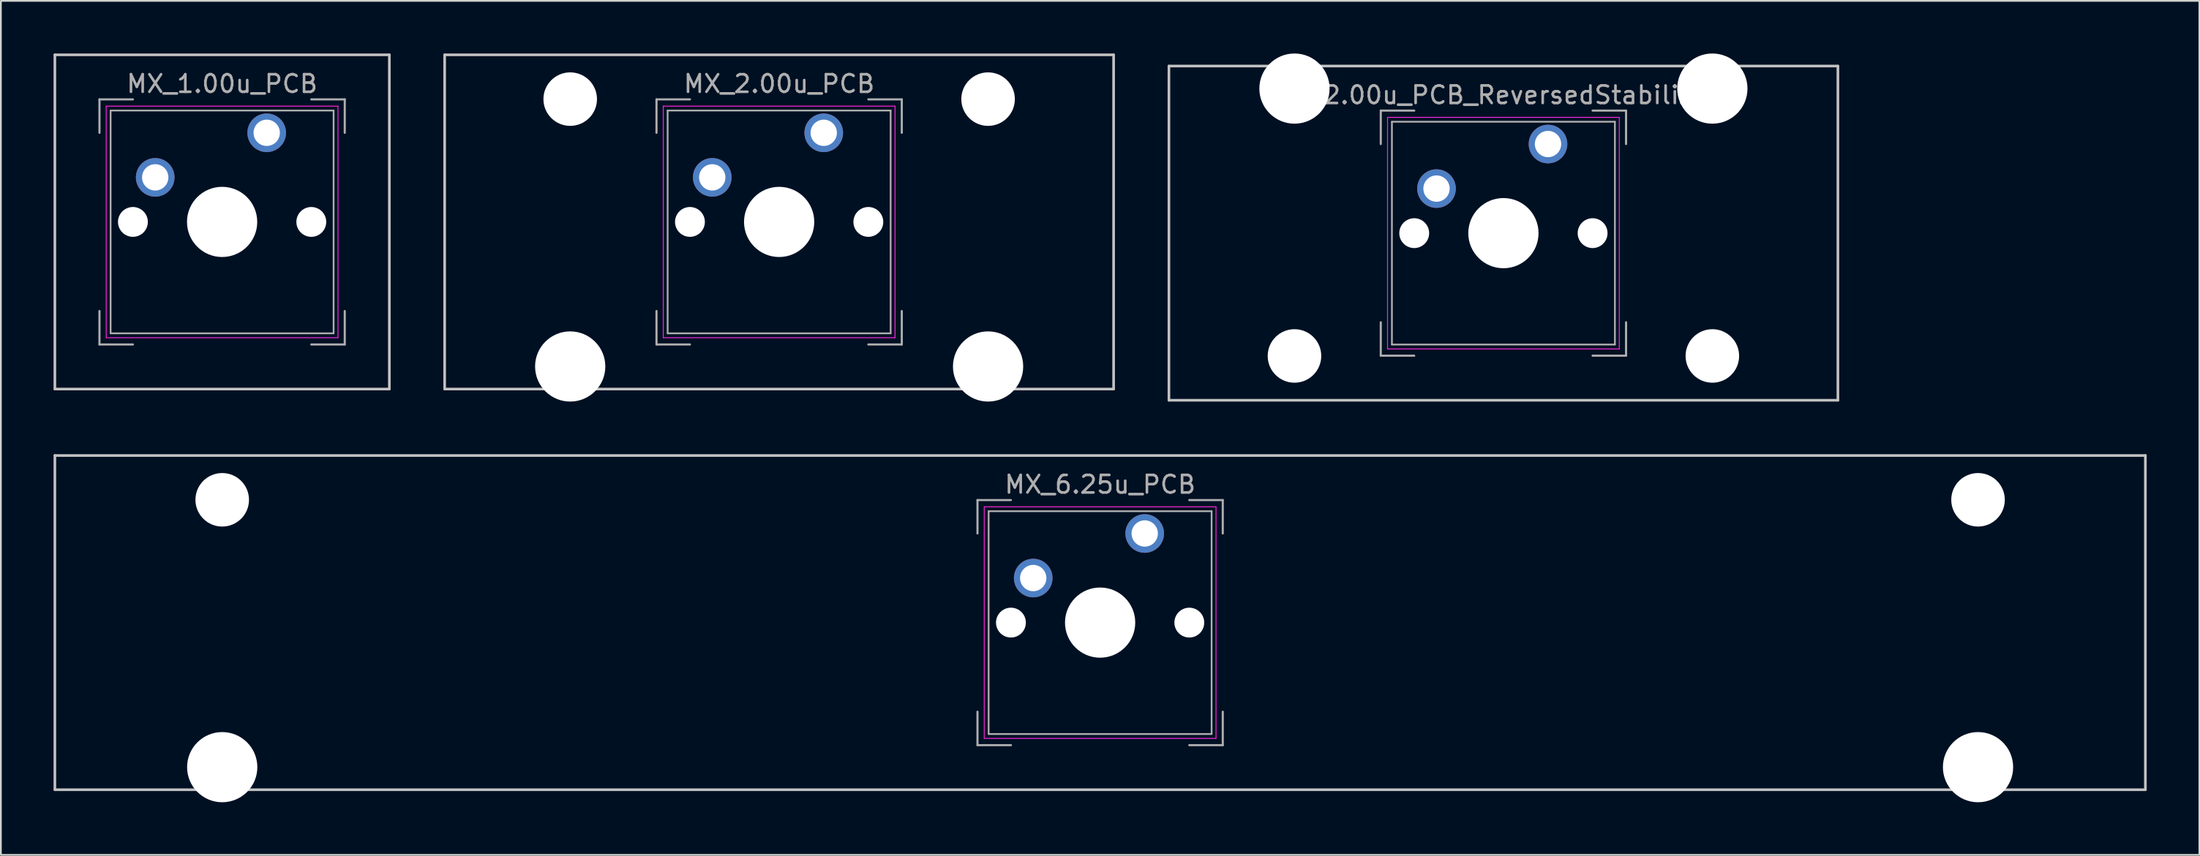
<source format=kicad_pcb>
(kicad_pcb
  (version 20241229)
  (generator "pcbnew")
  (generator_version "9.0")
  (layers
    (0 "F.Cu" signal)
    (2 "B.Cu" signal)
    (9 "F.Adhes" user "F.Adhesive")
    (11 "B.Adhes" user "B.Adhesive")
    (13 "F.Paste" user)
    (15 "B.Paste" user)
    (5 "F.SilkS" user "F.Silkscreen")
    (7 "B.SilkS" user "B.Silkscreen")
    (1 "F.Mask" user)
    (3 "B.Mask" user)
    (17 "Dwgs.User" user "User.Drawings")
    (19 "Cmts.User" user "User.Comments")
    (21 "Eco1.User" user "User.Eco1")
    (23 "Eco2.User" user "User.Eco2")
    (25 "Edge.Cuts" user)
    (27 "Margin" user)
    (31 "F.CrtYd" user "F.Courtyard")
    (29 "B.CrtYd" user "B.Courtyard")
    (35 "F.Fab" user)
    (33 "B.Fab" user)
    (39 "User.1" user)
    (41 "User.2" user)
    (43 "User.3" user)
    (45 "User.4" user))
  (footprint "MX_1.00u_PCB"
    (layer "F.Cu")
    (at 9.6 9.6)
    (property "Reference" "MX_1.00u_PCB" (at 0 -7.874 0) (layer "F.Fab") (effects (font (size 1 1) (thickness 0.15))))
    (attr through_hole)
    (fp_line (start -9.525 -9.525) (end 9.525 -9.525) (stroke (width 0.15) (type solid)) (layer "Dwgs.User"))
    (fp_line (start -9.525 9.525) (end -9.525 -9.525) (stroke (width 0.15) (type solid)) (layer "Dwgs.User"))
    (fp_line (start 9.525 -9.525) (end 9.525 9.525) (stroke (width 0.15) (type solid)) (layer "Dwgs.User"))
    (fp_line (start 9.525 9.525) (end -9.525 9.525) (stroke (width 0.15) (type solid)) (layer "Dwgs.User"))
    (fp_line (start -6.6 -6.6) (end 6.6 -6.6) (stroke (width 0.05) (type solid)) (layer "F.CrtYd"))
    (fp_line (start -6.6 6.6) (end -6.6 -6.6) (stroke (width 0.05) (type solid)) (layer "F.CrtYd"))
    (fp_line (start 6.6 -6.6) (end 6.6 6.6) (stroke (width 0.05) (type solid)) (layer "F.CrtYd"))
    (fp_line (start 6.6 6.6) (end -6.6 6.6) (stroke (width 0.05) (type solid)) (layer "F.CrtYd"))
    (fp_line (start -6.985 -6.985) (end -5.08 -6.985) (stroke (width 0.12) (type solid)) (layer "F.Fab"))
    (fp_line (start -6.985 -5.08) (end -6.985 -6.985) (stroke (width 0.12) (type solid)) (layer "F.Fab"))
    (fp_line (start -6.985 6.985) (end -6.985 5.08) (stroke (width 0.12) (type solid)) (layer "F.Fab"))
    (fp_line (start -6.35 -6.35) (end 6.35 -6.35) (stroke (width 0.1) (type solid)) (layer "F.Fab"))
    (fp_line (start -6.35 6.35) (end -6.35 -6.35) (stroke (width 0.1) (type solid)) (layer "F.Fab"))
    (fp_line (start -5.08 6.985) (end -6.985 6.985) (stroke (width 0.12) (type solid)) (layer "F.Fab"))
    (fp_line (start 5.08 -6.985) (end 6.985 -6.985) (stroke (width 0.12) (type solid)) (layer "F.Fab"))
    (fp_line (start 6.35 -6.35) (end 6.35 6.35) (stroke (width 0.1) (type solid)) (layer "F.Fab"))
    (fp_line (start 6.35 6.35) (end -6.35 6.35) (stroke (width 0.1) (type solid)) (layer "F.Fab"))
    (fp_line (start 6.985 -6.985) (end 6.985 -5.08) (stroke (width 0.12) (type solid)) (layer "F.Fab"))
    (fp_line (start 6.985 5.08) (end 6.985 6.985) (stroke (width 0.12) (type solid)) (layer "F.Fab"))
    (fp_line (start 6.985 6.985) (end 5.08 6.985) (stroke (width 0.12) (type solid)) (layer "F.Fab"))
    (pad "" np_thru_hole circle (at -5.08 0) (size 1.7 1.7) (drill 1.7) (layers "*.Cu" "*.Mask"))
    (pad "" np_thru_hole circle (at 0 0) (size 4 4) (drill 4) (layers "*.Cu" "*.Mask"))
    (pad "" np_thru_hole circle (at 5.08 0) (size 1.7 1.7) (drill 1.7) (layers "*.Cu" "*.Mask"))
    (pad "1" thru_hole circle (at 2.54 -5.08) (size 2.2 2.2) (drill 1.5) (layers "*.Cu" "*.Mask"))
    (pad "2" thru_hole circle (at -3.81 -2.54) (size 2.2 2.2) (drill 1.5) (layers "*.Cu" "*.Mask")))
  (footprint "MX_2.00u_PCB"
    (layer "F.Cu")
    (at 41.325 9.6)
    (property "Reference" "MX_2.00u_PCB" (at 0 -7.874 0) (layer "F.Fab") (effects (font (size 1 1) (thickness 0.15))))
    (attr through_hole)
    (fp_line (start -19.05 -9.525) (end 19.05 -9.525) (stroke (width 0.15) (type solid)) (layer "Dwgs.User"))
    (fp_line (start -19.05 9.525) (end -19.05 -9.525) (stroke (width 0.15) (type solid)) (layer "Dwgs.User"))
    (fp_line (start 19.05 -9.525) (end 19.05 9.525) (stroke (width 0.15) (type solid)) (layer "Dwgs.User"))
    (fp_line (start 19.05 9.525) (end -19.05 9.525) (stroke (width 0.15) (type solid)) (layer "Dwgs.User"))
    (fp_line (start -6.6 -6.6) (end 6.6 -6.6) (stroke (width 0.05) (type solid)) (layer "F.CrtYd"))
    (fp_line (start -6.6 6.6) (end -6.6 -6.6) (stroke (width 0.05) (type solid)) (layer "F.CrtYd"))
    (fp_line (start 6.6 -6.6) (end 6.6 6.6) (stroke (width 0.05) (type solid)) (layer "F.CrtYd"))
    (fp_line (start 6.6 6.6) (end -6.6 6.6) (stroke (width 0.05) (type solid)) (layer "F.CrtYd"))
    (fp_line (start -6.985 -6.985) (end -5.08 -6.985) (stroke (width 0.12) (type solid)) (layer "F.Fab"))
    (fp_line (start -6.985 -5.08) (end -6.985 -6.985) (stroke (width 0.12) (type solid)) (layer "F.Fab"))
    (fp_line (start -6.985 6.985) (end -6.985 5.08) (stroke (width 0.12) (type solid)) (layer "F.Fab"))
    (fp_line (start -6.35 -6.35) (end 6.35 -6.35) (stroke (width 0.1) (type solid)) (layer "F.Fab"))
    (fp_line (start -6.35 6.35) (end -6.35 -6.35) (stroke (width 0.1) (type solid)) (layer "F.Fab"))
    (fp_line (start -5.08 6.985) (end -6.985 6.985) (stroke (width 0.12) (type solid)) (layer "F.Fab"))
    (fp_line (start 5.08 -6.985) (end 6.985 -6.985) (stroke (width 0.12) (type solid)) (layer "F.Fab"))
    (fp_line (start 6.35 -6.35) (end 6.35 6.35) (stroke (width 0.1) (type solid)) (layer "F.Fab"))
    (fp_line (start 6.35 6.35) (end -6.35 6.35) (stroke (width 0.1) (type solid)) (layer "F.Fab"))
    (fp_line (start 6.985 -6.985) (end 6.985 -5.08) (stroke (width 0.12) (type solid)) (layer "F.Fab"))
    (fp_line (start 6.985 6.985) (end 5.08 6.985) (stroke (width 0.12) (type solid)) (layer "F.Fab"))
    (fp_line (start 6.985 6.985) (end 6.985 5.08) (stroke (width 0.12) (type solid)) (layer "F.Fab"))
    (pad "" np_thru_hole circle (at -11.9 -7) (size 3.05 3.05) (drill 3.05) (layers "*.Cu" "*.Mask"))
    (pad "" np_thru_hole circle (at -11.9 8.24) (size 4 4) (drill 4) (layers "*.Cu" "*.Mask"))
    (pad "" np_thru_hole circle (at -5.08 0) (size 1.7 1.7) (drill 1.7) (layers "*.Cu" "*.Mask"))
    (pad "" np_thru_hole circle (at 0 0) (size 4 4) (drill 4) (layers "*.Cu" "*.Mask"))
    (pad "" np_thru_hole circle (at 5.08 0) (size 1.7 1.7) (drill 1.7) (layers "*.Cu" "*.Mask"))
    (pad "" np_thru_hole circle (at 11.9 -7) (size 3.05 3.05) (drill 3.05) (layers "*.Cu" "*.Mask"))
    (pad "" np_thru_hole circle (at 11.9 8.24) (size 4 4) (drill 4) (layers "*.Cu" "*.Mask"))
    (pad "1" thru_hole circle (at 2.54 -5.08) (size 2.2 2.2) (drill 1.5) (layers "*.Cu" "*.Mask"))
    (pad "2" thru_hole circle (at -3.81 -2.54) (size 2.2 2.2) (drill 1.5) (layers "*.Cu" "*.Mask")))
  (footprint "MX_6.25u_PCB"
    (layer "F.Cu")
    (at 59.606 32.44)
    (property "Reference" "MX_6.25u_PCB" (at 0 -7.874 0) (layer "F.Fab") (effects (font (size 1 1) (thickness 0.15))))
    (attr through_hole)
    (fp_line (start -59.531 -9.525) (end 59.531 -9.525) (stroke (width 0.15) (type solid)) (layer "Dwgs.User"))
    (fp_line (start -59.531 9.525) (end -59.531 -9.525) (stroke (width 0.15) (type solid)) (layer "Dwgs.User"))
    (fp_line (start 59.531 -9.525) (end 59.531 9.525) (stroke (width 0.15) (type solid)) (layer "Dwgs.User"))
    (fp_line (start 59.531 9.525) (end -59.531 9.525) (stroke (width 0.15) (type solid)) (layer "Dwgs.User"))
    (fp_line (start -6.6 -6.6) (end 6.6 -6.6) (stroke (width 0.05) (type solid)) (layer "F.CrtYd"))
    (fp_line (start -6.6 6.6) (end -6.6 -6.6) (stroke (width 0.05) (type solid)) (layer "F.CrtYd"))
    (fp_line (start 6.6 -6.6) (end 6.6 6.6) (stroke (width 0.05) (type solid)) (layer "F.CrtYd"))
    (fp_line (start 6.6 6.6) (end -6.6 6.6) (stroke (width 0.05) (type solid)) (layer "F.CrtYd"))
    (fp_line (start -6.985 -6.985) (end -5.08 -6.985) (stroke (width 0.12) (type solid)) (layer "F.Fab"))
    (fp_line (start -6.985 -5.08) (end -6.985 -6.985) (stroke (width 0.12) (type solid)) (layer "F.Fab"))
    (fp_line (start -6.985 5.08) (end -6.985 6.985) (stroke (width 0.12) (type solid)) (layer "F.Fab"))
    (fp_line (start -6.35 -6.35) (end 6.35 -6.35) (stroke (width 0.1) (type solid)) (layer "F.Fab"))
    (fp_line (start -6.35 6.35) (end -6.35 -6.35) (stroke (width 0.1) (type solid)) (layer "F.Fab"))
    (fp_line (start -5.08 6.985) (end -6.985 6.985) (stroke (width 0.12) (type solid)) (layer "F.Fab"))
    (fp_line (start 5.08 -6.985) (end 6.985 -6.985) (stroke (width 0.12) (type solid)) (layer "F.Fab"))
    (fp_line (start 6.35 -6.35) (end 6.35 6.35) (stroke (width 0.1) (type solid)) (layer "F.Fab"))
    (fp_line (start 6.35 6.35) (end -6.35 6.35) (stroke (width 0.1) (type solid)) (layer "F.Fab"))
    (fp_line (start 6.985 -6.985) (end 6.985 -5.08) (stroke (width 0.12) (type solid)) (layer "F.Fab"))
    (fp_line (start 6.985 5.08) (end 6.985 6.985) (stroke (width 0.12) (type solid)) (layer "F.Fab"))
    (fp_line (start 6.985 6.985) (end 5.08 6.985) (stroke (width 0.12) (type solid)) (layer "F.Fab"))
    (pad "" np_thru_hole circle (at -50 -7) (size 3.05 3.05) (drill 3.05) (layers "*.Cu" "*.Mask"))
    (pad "" np_thru_hole circle (at -50 8.24) (size 4 4) (drill 4) (layers "*.Cu" "*.Mask"))
    (pad "" np_thru_hole circle (at -5.08 0) (size 1.7 1.7) (drill 1.7) (layers "*.Cu" "*.Mask"))
    (pad "" np_thru_hole circle (at 0 0) (size 4 4) (drill 4) (layers "*.Cu" "*.Mask"))
    (pad "" np_thru_hole circle (at 5.08 0) (size 1.7 1.7) (drill 1.7) (layers "*.Cu" "*.Mask"))
    (pad "" np_thru_hole circle (at 50 -7) (size 3.05 3.05) (drill 3.05) (layers "*.Cu" "*.Mask"))
    (pad "" np_thru_hole circle (at 50 8.24) (size 4 4) (drill 4) (layers "*.Cu" "*.Mask"))
    (pad "1" thru_hole circle (at 2.54 -5.08) (size 2.2 2.2) (drill 1.5) (layers "*.Cu" "*.Mask"))
    (pad "2" thru_hole circle (at -3.81 -2.54) (size 2.2 2.2) (drill 1.5) (layers "*.Cu" "*.Mask")))
  (footprint "MX_2.00u_PCB_ReversedStabilizers"
    (layer "F.Cu")
    (at 82.575 10.24)
    (property "Reference" "MX_2.00u_PCB_ReversedStabilizers" (at 0 -7.874 0) (layer "F.Fab") (effects (font (size 1 1) (thickness 0.15))))
    (attr through_hole)
    (fp_line (start -19.05 -9.525) (end 19.05 -9.525) (stroke (width 0.15) (type solid)) (layer "Dwgs.User"))
    (fp_line (start -19.05 9.525) (end -19.05 -9.525) (stroke (width 0.15) (type solid)) (layer "Dwgs.User"))
    (fp_line (start 19.05 -9.525) (end 19.05 9.525) (stroke (width 0.15) (type solid)) (layer "Dwgs.User"))
    (fp_line (start 19.05 9.525) (end -19.05 9.525) (stroke (width 0.15) (type solid)) (layer "Dwgs.User"))
    (fp_line (start -6.6 -6.6) (end 6.6 -6.6) (stroke (width 0.05) (type solid)) (layer "F.CrtYd"))
    (fp_line (start -6.6 6.6) (end -6.6 -6.6) (stroke (width 0.05) (type solid)) (layer "F.CrtYd"))
    (fp_line (start 6.6 -6.6) (end 6.6 6.6) (stroke (width 0.05) (type solid)) (layer "F.CrtYd"))
    (fp_line (start 6.6 6.6) (end -6.6 6.6) (stroke (width 0.05) (type solid)) (layer "F.CrtYd"))
    (fp_line (start -6.985 -6.985) (end -5.08 -6.985) (stroke (width 0.12) (type solid)) (layer "F.Fab"))
    (fp_line (start -6.985 -5.08) (end -6.985 -6.985) (stroke (width 0.12) (type solid)) (layer "F.Fab"))
    (fp_line (start -6.985 6.985) (end -6.985 5.08) (stroke (width 0.12) (type solid)) (layer "F.Fab"))
    (fp_line (start -6.35 -6.35) (end 6.35 -6.35) (stroke (width 0.1) (type solid)) (layer "F.Fab"))
    (fp_line (start -6.35 6.35) (end -6.35 -6.35) (stroke (width 0.1) (type solid)) (layer "F.Fab"))
    (fp_line (start -5.08 6.985) (end -6.985 6.985) (stroke (width 0.12) (type solid)) (layer "F.Fab"))
    (fp_line (start 5.08 -6.985) (end 6.985 -6.985) (stroke (width 0.12) (type solid)) (layer "F.Fab"))
    (fp_line (start 6.35 -6.35) (end 6.35 6.35) (stroke (width 0.1) (type solid)) (layer "F.Fab"))
    (fp_line (start 6.35 6.35) (end -6.35 6.35) (stroke (width 0.1) (type solid)) (layer "F.Fab"))
    (fp_line (start 6.985 -6.985) (end 6.985 -5.08) (stroke (width 0.12) (type solid)) (layer "F.Fab"))
    (fp_line (start 6.985 6.985) (end 5.08 6.985) (stroke (width 0.12) (type solid)) (layer "F.Fab"))
    (fp_line (start 6.985 6.985) (end 6.985 5.08) (stroke (width 0.12) (type solid)) (layer "F.Fab"))
    (pad "" np_thru_hole circle (at -11.9 -8.24 180) (size 4 4) (drill 4) (layers "*.Cu" "*.Mask"))
    (pad "" np_thru_hole circle (at -11.9 7 180) (size 3.05 3.05) (drill 3.05) (layers "*.Cu" "*.Mask"))
    (pad "" np_thru_hole circle (at -5.08 0) (size 1.7 1.7) (drill 1.7) (layers "*.Cu" "*.Mask"))
    (pad "" np_thru_hole circle (at 0 0) (size 4 4) (drill 4) (layers "*.Cu" "*.Mask"))
    (pad "" np_thru_hole circle (at 5.08 0) (size 1.7 1.7) (drill 1.7) (layers "*.Cu" "*.Mask"))
    (pad "" np_thru_hole circle (at 11.9 -8.24 180) (size 4 4) (drill 4) (layers "*.Cu" "*.Mask"))
    (pad "" np_thru_hole circle (at 11.9 7 180) (size 3.05 3.05) (drill 3.05) (layers "*.Cu" "*.Mask"))
    (pad "1" thru_hole circle (at 2.54 -5.08) (size 2.2 2.2) (drill 1.5) (layers "*.Cu" "*.Mask"))
    (pad "2" thru_hole circle (at -3.81 -2.54) (size 2.2 2.2) (drill 1.5) (layers "*.Cu" "*.Mask")))
  (gr_rect
    (start -3 -3)
    (end 122.213 45.68)
    (stroke (width 0.1) (type default))
    (fill no)
    (layer "Edge.Cuts")))
</source>
